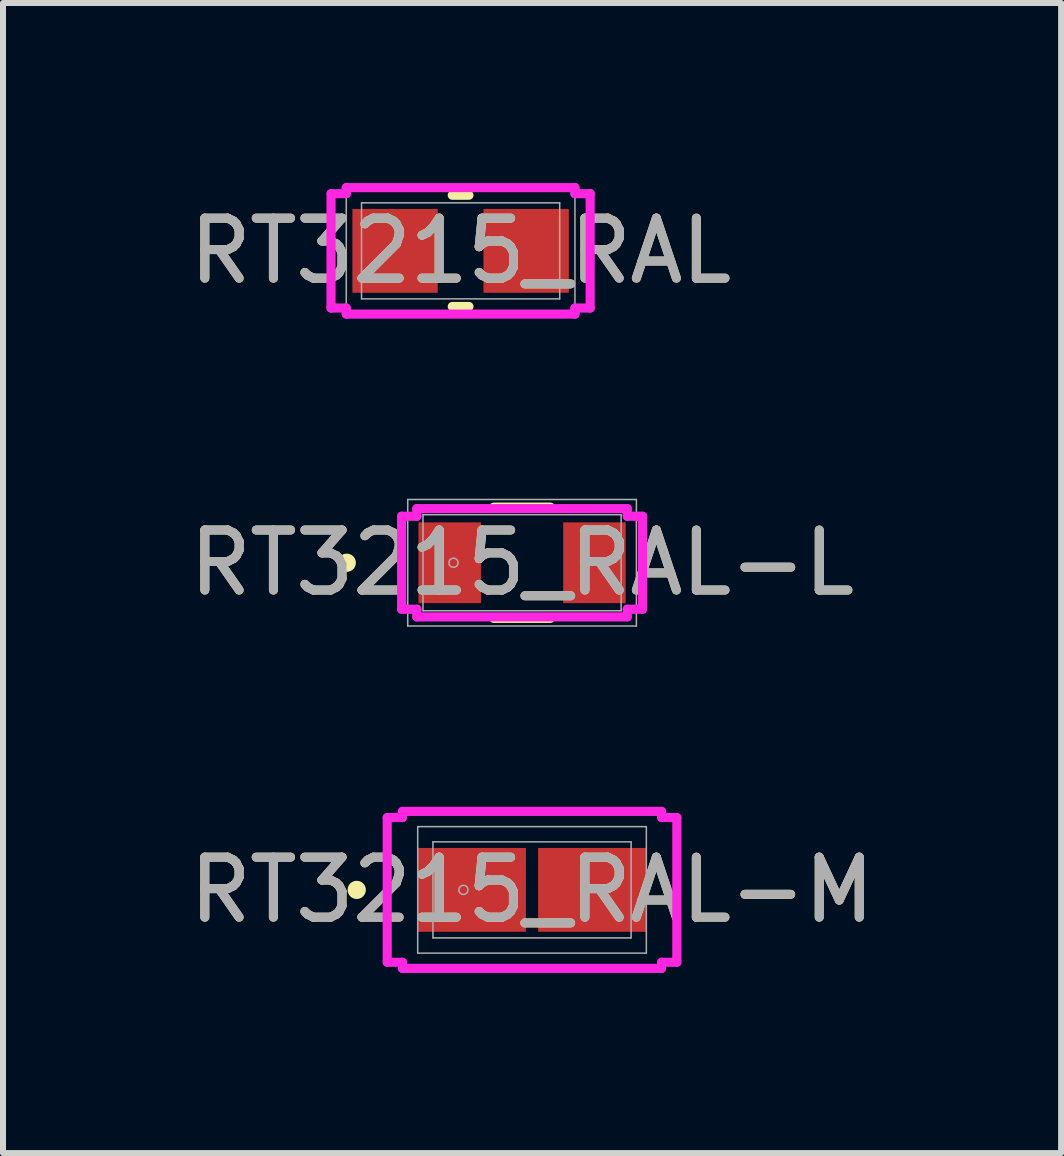
<source format=kicad_pcb>
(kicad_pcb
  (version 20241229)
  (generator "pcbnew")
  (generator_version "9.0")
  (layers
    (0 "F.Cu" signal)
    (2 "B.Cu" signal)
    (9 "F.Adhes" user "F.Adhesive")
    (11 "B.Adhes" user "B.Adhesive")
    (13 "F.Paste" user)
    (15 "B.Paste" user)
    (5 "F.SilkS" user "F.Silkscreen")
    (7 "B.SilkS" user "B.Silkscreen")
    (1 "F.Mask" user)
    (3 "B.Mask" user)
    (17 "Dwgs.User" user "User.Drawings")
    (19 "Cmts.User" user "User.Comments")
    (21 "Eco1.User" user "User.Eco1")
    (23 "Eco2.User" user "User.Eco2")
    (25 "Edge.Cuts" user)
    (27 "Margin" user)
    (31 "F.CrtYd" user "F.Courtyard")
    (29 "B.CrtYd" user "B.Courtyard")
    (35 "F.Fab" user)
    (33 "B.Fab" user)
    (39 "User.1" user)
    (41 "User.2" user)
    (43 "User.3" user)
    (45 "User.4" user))
  (footprint "RT3215_RAL-L"
    (layer "F.Cu")
    (at 5.649 6.327)
    (property "Reference" "RT3215_RAL-L" (at 0 0 0) (unlocked yes) (layer "F.SilkS") (effects (font (size 1 1) (thickness 0.15))))
    (attr smd)
    (fp_line (start -0.471 0.927) (end 0.471 0.927) (stroke (width 0.152) (type solid)) (layer "F.SilkS"))
    (fp_line (start 0.471 -0.927) (end -0.471 -0.927) (stroke (width 0.152) (type solid)) (layer "F.SilkS"))
    (fp_circle (center -2.921 0) (end -2.845 0) (stroke (width 0.152) (type solid)) (fill no) (layer "F.SilkS"))
    (fp_line (start -2.007 -0.775) (end -1.753 -0.775) (stroke (width 0.152) (type solid)) (layer "F.CrtYd"))
    (fp_line (start -2.007 0.775) (end -2.007 -0.775) (stroke (width 0.152) (type solid)) (layer "F.CrtYd"))
    (fp_line (start -1.753 -0.902) (end 1.753 -0.902) (stroke (width 0.152) (type solid)) (layer "F.CrtYd"))
    (fp_line (start -1.753 -0.775) (end -1.753 -0.902) (stroke (width 0.152) (type solid)) (layer "F.CrtYd"))
    (fp_line (start -1.753 0.775) (end -2.007 0.775) (stroke (width 0.152) (type solid)) (layer "F.CrtYd"))
    (fp_line (start -1.753 0.902) (end -1.753 0.775) (stroke (width 0.152) (type solid)) (layer "F.CrtYd"))
    (fp_line (start 1.753 -0.902) (end 1.753 -0.775) (stroke (width 0.152) (type solid)) (layer "F.CrtYd"))
    (fp_line (start 1.753 -0.775) (end 2.007 -0.775) (stroke (width 0.152) (type solid)) (layer "F.CrtYd"))
    (fp_line (start 1.753 0.775) (end 1.753 0.902) (stroke (width 0.152) (type solid)) (layer "F.CrtYd"))
    (fp_line (start 1.753 0.902) (end -1.753 0.902) (stroke (width 0.152) (type solid)) (layer "F.CrtYd"))
    (fp_line (start 2.007 -0.775) (end 2.007 0.775) (stroke (width 0.152) (type solid)) (layer "F.CrtYd"))
    (fp_line (start 2.007 0.775) (end 1.753 0.775) (stroke (width 0.152) (type solid)) (layer "F.CrtYd"))
    (fp_line (start -1.905 -1.054) (end 1.905 -1.054) (stroke (width 0.025) (type solid)) (layer "F.Fab"))
    (fp_line (start -1.905 1.054) (end -1.905 -1.054) (stroke (width 0.025) (type solid)) (layer "F.Fab"))
    (fp_line (start -1.651 -0.8) (end -1.651 0.8) (stroke (width 0.025) (type solid)) (layer "F.Fab"))
    (fp_line (start -1.651 0.8) (end 1.651 0.8) (stroke (width 0.025) (type solid)) (layer "F.Fab"))
    (fp_line (start 1.651 -0.8) (end -1.651 -0.8) (stroke (width 0.025) (type solid)) (layer "F.Fab"))
    (fp_line (start 1.651 0.8) (end 1.651 -0.8) (stroke (width 0.025) (type solid)) (layer "F.Fab"))
    (fp_line (start 1.905 -1.054) (end 1.905 1.054) (stroke (width 0.025) (type solid)) (layer "F.Fab"))
    (fp_line (start 1.905 1.054) (end -1.905 1.054) (stroke (width 0.025) (type solid)) (layer "F.Fab"))
    (fp_circle (center -1.143 0) (end -1.067 0) (stroke (width 0.025) (type solid)) (fill no) (layer "F.Fab"))
    (fp_text user "${REFERENCE}" (at 0 0 0) (unlocked yes) (layer "F.Fab") (effects (font (size 1 1) (thickness 0.15))))
    (pad "1" smd rect (at -1.206 0 90) (size 1.346 1.041) (layers "F.Cu" "F.Mask" "F.Paste"))
    (pad "2" smd rect (at 1.206 0 90) (size 1.346 1.041) (layers "F.Cu" "F.Mask" "F.Paste"))
    (zone (net_name "") (layer "F.Cu") (hatch full 0.508) (connect_pads) (min_thickness 0.254) (filled_areas_thickness no) (keepout (tracks not_allowed) (vias not_allowed) (pads allowed) (copperpour not_allowed) (footprints allowed)) (placement (enabled no)) (fill) (polygon (pts (xy 5.014 5.578) (xy 6.284 5.578) (xy 6.284 7.077) (xy 5.014 7.077)))))
  (footprint "RT3215_RAL-M"
    (layer "F.Cu")
    (at 5.815 11.778)
    (property "Reference" "RT3215_RAL-M" (at 0 0 0) (unlocked yes) (layer "F.SilkS") (effects (font (size 1 1) (thickness 0.15))))
    (attr smd)
    (fp_circle (center -2.921 0) (end -2.845 0) (stroke (width 0.152) (type solid)) (fill no) (layer "F.SilkS"))
    (fp_line (start -2.413 -1.206) (end -2.159 -1.206) (stroke (width 0.152) (type solid)) (layer "F.CrtYd"))
    (fp_line (start -2.413 1.206) (end -2.413 -1.206) (stroke (width 0.152) (type solid)) (layer "F.CrtYd"))
    (fp_line (start -2.159 -1.308) (end 2.159 -1.308) (stroke (width 0.152) (type solid)) (layer "F.CrtYd"))
    (fp_line (start -2.159 -1.206) (end -2.159 -1.308) (stroke (width 0.152) (type solid)) (layer "F.CrtYd"))
    (fp_line (start -2.159 1.206) (end -2.413 1.206) (stroke (width 0.152) (type solid)) (layer "F.CrtYd"))
    (fp_line (start -2.159 1.308) (end -2.159 1.206) (stroke (width 0.152) (type solid)) (layer "F.CrtYd"))
    (fp_line (start 2.159 -1.308) (end 2.159 -1.206) (stroke (width 0.152) (type solid)) (layer "F.CrtYd"))
    (fp_line (start 2.159 -1.206) (end 2.413 -1.206) (stroke (width 0.152) (type solid)) (layer "F.CrtYd"))
    (fp_line (start 2.159 1.206) (end 2.159 1.308) (stroke (width 0.152) (type solid)) (layer "F.CrtYd"))
    (fp_line (start 2.159 1.308) (end -2.159 1.308) (stroke (width 0.152) (type solid)) (layer "F.CrtYd"))
    (fp_line (start 2.413 -1.206) (end 2.413 1.206) (stroke (width 0.152) (type solid)) (layer "F.CrtYd"))
    (fp_line (start 2.413 1.206) (end 2.159 1.206) (stroke (width 0.152) (type solid)) (layer "F.CrtYd"))
    (fp_line (start -1.905 -1.054) (end 1.905 -1.054) (stroke (width 0.025) (type solid)) (layer "F.Fab"))
    (fp_line (start -1.905 1.054) (end -1.905 -1.054) (stroke (width 0.025) (type solid)) (layer "F.Fab"))
    (fp_line (start -1.651 -0.8) (end -1.651 0.8) (stroke (width 0.025) (type solid)) (layer "F.Fab"))
    (fp_line (start -1.651 0.8) (end 1.651 0.8) (stroke (width 0.025) (type solid)) (layer "F.Fab"))
    (fp_line (start 1.651 -0.8) (end -1.651 -0.8) (stroke (width 0.025) (type solid)) (layer "F.Fab"))
    (fp_line (start 1.651 0.8) (end 1.651 -0.8) (stroke (width 0.025) (type solid)) (layer "F.Fab"))
    (fp_line (start 1.905 -1.054) (end 1.905 1.054) (stroke (width 0.025) (type solid)) (layer "F.Fab"))
    (fp_line (start 1.905 1.054) (end -1.905 1.054) (stroke (width 0.025) (type solid)) (layer "F.Fab"))
    (fp_circle (center -1.143 0) (end -1.067 0) (stroke (width 0.025) (type solid)) (fill no) (layer "F.Fab"))
    (fp_text user "${REFERENCE}" (at 0 0 0) (unlocked yes) (layer "F.Fab") (effects (font (size 1 1) (thickness 0.15))))
    (pad "1" smd rect (at -1.003 0 90) (size 1.397 1.803) (layers "F.Cu" "F.Mask" "F.Paste"))
    (pad "2" smd rect (at 1.003 0 90) (size 1.397 1.803) (layers "F.Cu" "F.Mask" "F.Paste"))
    (zone (net_name "") (layer "F.Cu") (hatch full 0.508) (connect_pads) (min_thickness 0.254) (filled_areas_thickness no) (keepout (tracks not_allowed) (vias not_allowed) (pads allowed) (copperpour not_allowed) (footprints allowed)) (placement (enabled no)) (fill) (polygon (pts (xy 5.765 11.029) (xy 5.866 11.029) (xy 5.866 12.528) (xy 5.765 12.528)))))
  (footprint "RT3215_RAL"
    (layer "F.Cu")
    (at 4.625 1.13)
    (property "Reference" "RT3215_RAL" (at 0 0 0) (unlocked yes) (layer "F.SilkS") (effects (font (size 1 1) (thickness 0.15))))
    (attr smd)
    (fp_line (start -0.139 0.927) (end 0.139 0.927) (stroke (width 0.152) (type solid)) (layer "F.SilkS"))
    (fp_line (start 0.139 -0.927) (end -0.139 -0.927) (stroke (width 0.152) (type solid)) (layer "F.SilkS"))
    (fp_line (start -2.159 -0.953) (end -1.905 -0.953) (stroke (width 0.152) (type solid)) (layer "F.CrtYd"))
    (fp_line (start -2.159 0.953) (end -2.159 -0.953) (stroke (width 0.152) (type solid)) (layer "F.CrtYd"))
    (fp_line (start -1.905 -1.054) (end 1.905 -1.054) (stroke (width 0.152) (type solid)) (layer "F.CrtYd"))
    (fp_line (start -1.905 -0.953) (end -1.905 -1.054) (stroke (width 0.152) (type solid)) (layer "F.CrtYd"))
    (fp_line (start -1.905 0.953) (end -2.159 0.953) (stroke (width 0.152) (type solid)) (layer "F.CrtYd"))
    (fp_line (start -1.905 1.054) (end -1.905 0.953) (stroke (width 0.152) (type solid)) (layer "F.CrtYd"))
    (fp_line (start 1.905 -1.054) (end 1.905 -0.953) (stroke (width 0.152) (type solid)) (layer "F.CrtYd"))
    (fp_line (start 1.905 -0.953) (end 2.159 -0.953) (stroke (width 0.152) (type solid)) (layer "F.CrtYd"))
    (fp_line (start 1.905 0.953) (end 1.905 1.054) (stroke (width 0.152) (type solid)) (layer "F.CrtYd"))
    (fp_line (start 1.905 1.054) (end -1.905 1.054) (stroke (width 0.152) (type solid)) (layer "F.CrtYd"))
    (fp_line (start 2.159 -0.953) (end 2.159 0.953) (stroke (width 0.152) (type solid)) (layer "F.CrtYd"))
    (fp_line (start 2.159 0.953) (end 1.905 0.953) (stroke (width 0.152) (type solid)) (layer "F.CrtYd"))
    (fp_line (start -1.905 -1.054) (end 1.905 -1.054) (stroke (width 0.025) (type solid)) (layer "F.Fab"))
    (fp_line (start -1.905 1.054) (end -1.905 -1.054) (stroke (width 0.025) (type solid)) (layer "F.Fab"))
    (fp_line (start -1.651 -0.8) (end -1.651 0.8) (stroke (width 0.025) (type solid)) (layer "F.Fab"))
    (fp_line (start -1.651 0.8) (end 1.651 0.8) (stroke (width 0.025) (type solid)) (layer "F.Fab"))
    (fp_line (start 1.651 -0.8) (end -1.651 -0.8) (stroke (width 0.025) (type solid)) (layer "F.Fab"))
    (fp_line (start 1.651 0.8) (end 1.651 -0.8) (stroke (width 0.025) (type solid)) (layer "F.Fab"))
    (fp_line (start 1.905 -1.054) (end 1.905 1.054) (stroke (width 0.025) (type solid)) (layer "F.Fab"))
    (fp_line (start 1.905 1.054) (end -1.905 1.054) (stroke (width 0.025) (type solid)) (layer "F.Fab"))
    (fp_circle (center -1.143 0) (end -1.143 0) (stroke (width 0.025) (type solid)) (fill no) (layer "F.Fab"))
    (fp_text user "${REFERENCE}" (at 0 0 0) (unlocked yes) (layer "F.Fab") (effects (font (size 1 1) (thickness 0.15))))
    (pad "1" smd rect (at -1.092 0 90) (size 1.397 1.422) (layers "F.Cu" "F.Mask" "F.Paste"))
    (pad "2" smd rect (at 1.092 0 90) (size 1.397 1.422) (layers "F.Cu" "F.Mask" "F.Paste"))
    (zone (net_name "") (layer "F.Cu") (hatch full 0.508) (connect_pads) (min_thickness 0.254) (filled_areas_thickness no) (keepout (tracks not_allowed) (vias not_allowed) (pads allowed) (copperpour not_allowed) (footprints allowed)) (placement (enabled no)) (fill) (polygon (pts (xy 4.295 0.381) (xy 4.955 0.381) (xy 4.955 1.88) (xy 4.295 1.88)))))
  (gr_rect
    (start -3 -3)
    (end 14.631 16.163)
    (stroke (width 0.1) (type default))
    (fill no)
    (layer "Edge.Cuts")))
</source>
